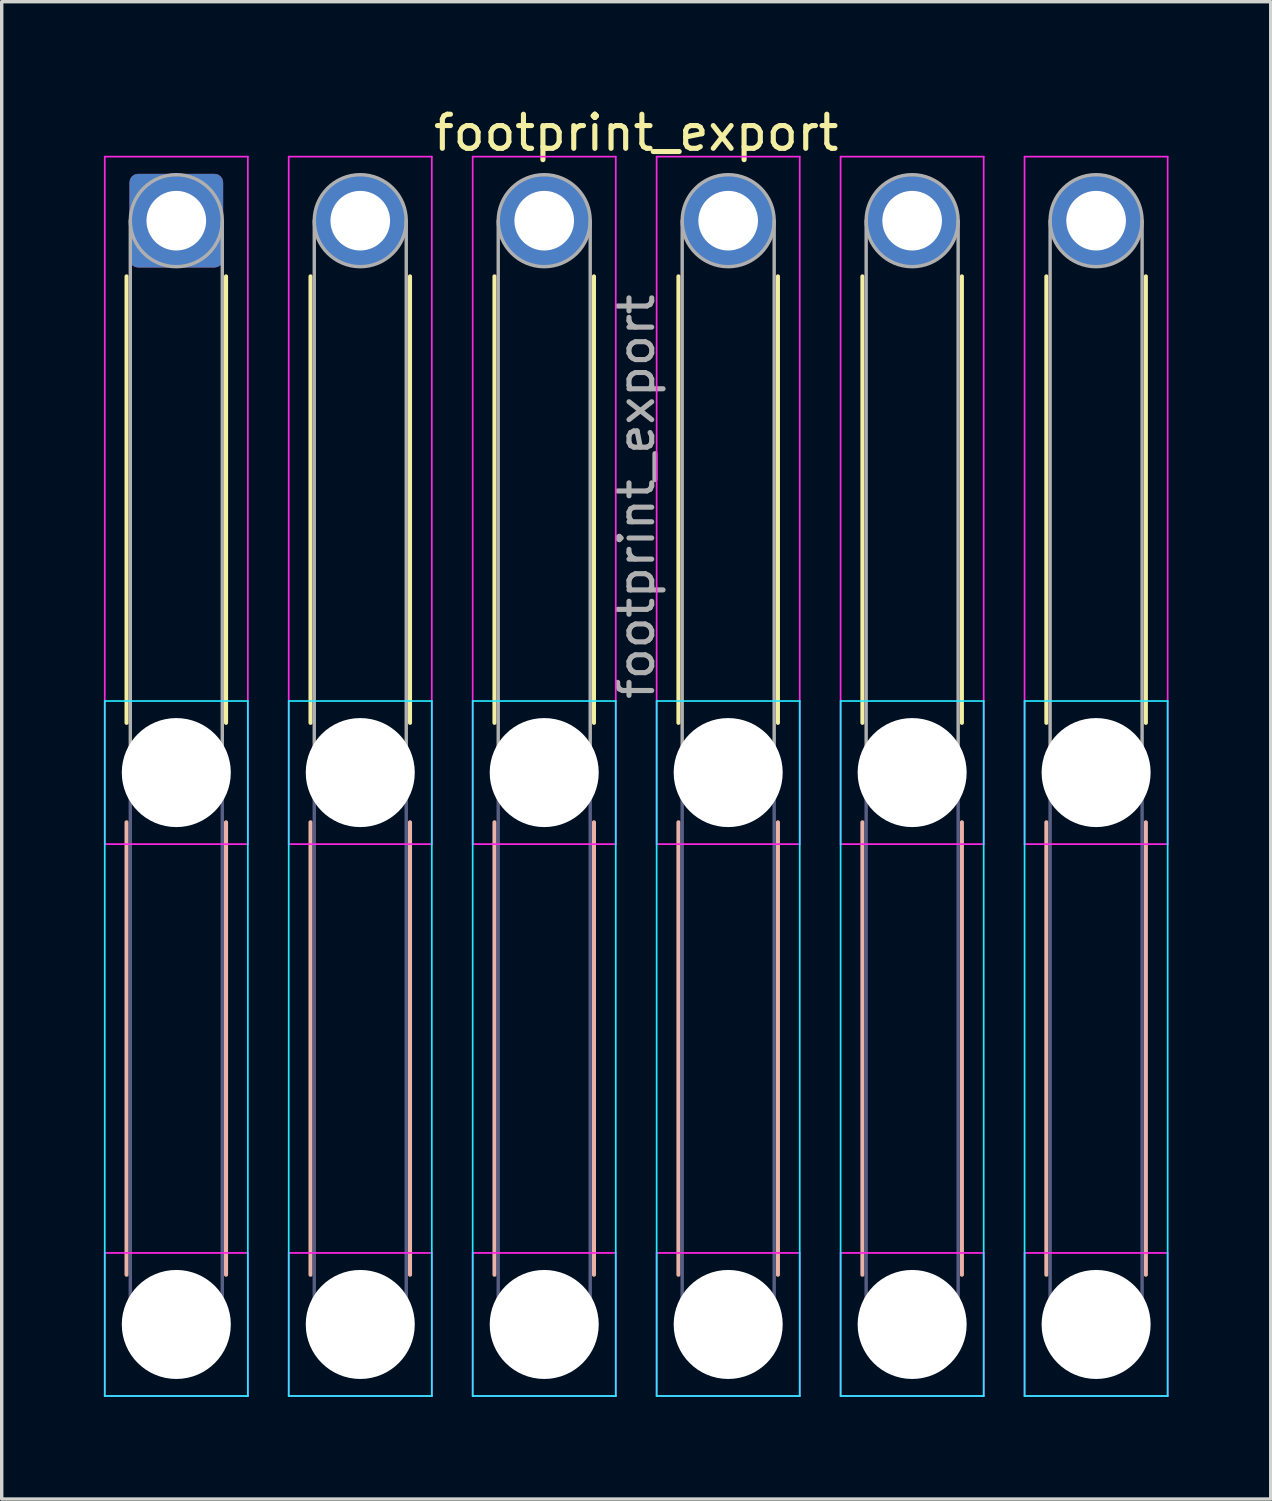
<source format=kicad_pcb>
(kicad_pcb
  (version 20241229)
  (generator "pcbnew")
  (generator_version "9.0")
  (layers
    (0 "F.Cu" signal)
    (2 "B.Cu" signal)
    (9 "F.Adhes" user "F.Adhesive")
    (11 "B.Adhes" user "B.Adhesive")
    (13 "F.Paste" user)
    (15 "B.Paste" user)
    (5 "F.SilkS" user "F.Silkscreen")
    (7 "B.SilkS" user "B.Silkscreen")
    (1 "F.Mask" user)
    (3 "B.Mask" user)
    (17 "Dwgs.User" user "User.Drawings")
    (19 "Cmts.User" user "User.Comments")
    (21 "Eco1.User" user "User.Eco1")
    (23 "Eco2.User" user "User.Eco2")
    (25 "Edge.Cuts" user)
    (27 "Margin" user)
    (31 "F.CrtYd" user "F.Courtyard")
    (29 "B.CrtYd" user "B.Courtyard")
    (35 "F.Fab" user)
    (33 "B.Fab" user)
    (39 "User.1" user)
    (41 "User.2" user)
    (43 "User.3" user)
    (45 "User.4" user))
  (footprint "footprint_export"
    (layer "F.Cu")
    (at 2.125 3.428)
    (property "Reference" "footprint_export" (at 13.5 -2.58 0) (layer "F.SilkS") (effects (font (size 1 1) (thickness 0.15))))
    (attr exclude_from_pos_files exclude_from_bom)
    (fp_line (start -1.46 1.635) (end -1.46 14.74) (stroke (width 0.12) (type solid)) (layer "F.SilkS"))
    (fp_line (start 1.46 1.635) (end 1.46 14.74) (stroke (width 0.12) (type solid)) (layer "F.SilkS"))
    (fp_line (start 3.94 1.635) (end 3.94 14.74) (stroke (width 0.12) (type solid)) (layer "F.SilkS"))
    (fp_line (start 6.86 1.635) (end 6.86 14.74) (stroke (width 0.12) (type solid)) (layer "F.SilkS"))
    (fp_line (start 9.34 1.635) (end 9.34 14.74) (stroke (width 0.12) (type solid)) (layer "F.SilkS"))
    (fp_line (start 12.26 1.635) (end 12.26 14.74) (stroke (width 0.12) (type solid)) (layer "F.SilkS"))
    (fp_line (start 14.74 1.635) (end 14.74 14.74) (stroke (width 0.12) (type solid)) (layer "F.SilkS"))
    (fp_line (start 17.66 1.635) (end 17.66 14.74) (stroke (width 0.12) (type solid)) (layer "F.SilkS"))
    (fp_line (start 20.14 1.635) (end 20.14 14.74) (stroke (width 0.12) (type solid)) (layer "F.SilkS"))
    (fp_line (start 23.06 1.635) (end 23.06 14.74) (stroke (width 0.12) (type solid)) (layer "F.SilkS"))
    (fp_line (start 25.54 1.635) (end 25.54 14.74) (stroke (width 0.12) (type solid)) (layer "F.SilkS"))
    (fp_line (start 28.46 1.635) (end 28.46 14.74) (stroke (width 0.12) (type solid)) (layer "F.SilkS"))
    (fp_line (start -1.46 17.66) (end -1.46 30.94) (stroke (width 0.12) (type solid)) (layer "B.SilkS"))
    (fp_line (start 1.46 17.66) (end 1.46 30.94) (stroke (width 0.12) (type solid)) (layer "B.SilkS"))
    (fp_line (start 3.94 17.66) (end 3.94 30.94) (stroke (width 0.12) (type solid)) (layer "B.SilkS"))
    (fp_line (start 6.86 17.66) (end 6.86 30.94) (stroke (width 0.12) (type solid)) (layer "B.SilkS"))
    (fp_line (start 9.34 17.66) (end 9.34 30.94) (stroke (width 0.12) (type solid)) (layer "B.SilkS"))
    (fp_line (start 12.26 17.66) (end 12.26 30.94) (stroke (width 0.12) (type solid)) (layer "B.SilkS"))
    (fp_line (start 14.74 17.66) (end 14.74 30.94) (stroke (width 0.12) (type solid)) (layer "B.SilkS"))
    (fp_line (start 17.66 17.66) (end 17.66 30.94) (stroke (width 0.12) (type solid)) (layer "B.SilkS"))
    (fp_line (start 20.14 17.66) (end 20.14 30.94) (stroke (width 0.12) (type solid)) (layer "B.SilkS"))
    (fp_line (start 23.06 17.66) (end 23.06 30.94) (stroke (width 0.12) (type solid)) (layer "B.SilkS"))
    (fp_line (start 25.54 17.66) (end 25.54 30.94) (stroke (width 0.12) (type solid)) (layer "B.SilkS"))
    (fp_line (start 28.46 17.66) (end 28.46 30.94) (stroke (width 0.12) (type solid)) (layer "B.SilkS"))
    (fp_line (start -2.1 14.1) (end -2.1 34.5) (stroke (width 0.05) (type solid)) (layer "B.CrtYd"))
    (fp_line (start -2.1 34.5) (end 2.1 34.5) (stroke (width 0.05) (type solid)) (layer "B.CrtYd"))
    (fp_line (start 2.1 14.1) (end -2.1 14.1) (stroke (width 0.05) (type solid)) (layer "B.CrtYd"))
    (fp_line (start 2.1 34.5) (end 2.1 14.1) (stroke (width 0.05) (type solid)) (layer "B.CrtYd"))
    (fp_line (start 3.3 14.1) (end 3.3 34.5) (stroke (width 0.05) (type solid)) (layer "B.CrtYd"))
    (fp_line (start 3.3 34.5) (end 7.5 34.5) (stroke (width 0.05) (type solid)) (layer "B.CrtYd"))
    (fp_line (start 7.5 14.1) (end 3.3 14.1) (stroke (width 0.05) (type solid)) (layer "B.CrtYd"))
    (fp_line (start 7.5 34.5) (end 7.5 14.1) (stroke (width 0.05) (type solid)) (layer "B.CrtYd"))
    (fp_line (start 8.7 14.1) (end 8.7 34.5) (stroke (width 0.05) (type solid)) (layer "B.CrtYd"))
    (fp_line (start 8.7 34.5) (end 12.9 34.5) (stroke (width 0.05) (type solid)) (layer "B.CrtYd"))
    (fp_line (start 12.9 14.1) (end 8.7 14.1) (stroke (width 0.05) (type solid)) (layer "B.CrtYd"))
    (fp_line (start 12.9 34.5) (end 12.9 14.1) (stroke (width 0.05) (type solid)) (layer "B.CrtYd"))
    (fp_line (start 14.1 14.1) (end 14.1 34.5) (stroke (width 0.05) (type solid)) (layer "B.CrtYd"))
    (fp_line (start 14.1 34.5) (end 18.3 34.5) (stroke (width 0.05) (type solid)) (layer "B.CrtYd"))
    (fp_line (start 18.3 14.1) (end 14.1 14.1) (stroke (width 0.05) (type solid)) (layer "B.CrtYd"))
    (fp_line (start 18.3 34.5) (end 18.3 14.1) (stroke (width 0.05) (type solid)) (layer "B.CrtYd"))
    (fp_line (start 19.5 14.1) (end 19.5 34.5) (stroke (width 0.05) (type solid)) (layer "B.CrtYd"))
    (fp_line (start 19.5 34.5) (end 23.7 34.5) (stroke (width 0.05) (type solid)) (layer "B.CrtYd"))
    (fp_line (start 23.7 14.1) (end 19.5 14.1) (stroke (width 0.05) (type solid)) (layer "B.CrtYd"))
    (fp_line (start 23.7 34.5) (end 23.7 14.1) (stroke (width 0.05) (type solid)) (layer "B.CrtYd"))
    (fp_line (start 24.9 14.1) (end 24.9 34.5) (stroke (width 0.05) (type solid)) (layer "B.CrtYd"))
    (fp_line (start 24.9 34.5) (end 29.1 34.5) (stroke (width 0.05) (type solid)) (layer "B.CrtYd"))
    (fp_line (start 29.1 14.1) (end 24.9 14.1) (stroke (width 0.05) (type solid)) (layer "B.CrtYd"))
    (fp_line (start 29.1 34.5) (end 29.1 14.1) (stroke (width 0.05) (type solid)) (layer "B.CrtYd"))
    (fp_line (start -2.1 -1.88) (end -2.1 18.3) (stroke (width 0.05) (type solid)) (layer "F.CrtYd"))
    (fp_line (start -2.1 18.3) (end 2.1 18.3) (stroke (width 0.05) (type solid)) (layer "F.CrtYd"))
    (fp_line (start -2.1 30.3) (end -2.1 34.5) (stroke (width 0.05) (type solid)) (layer "F.CrtYd"))
    (fp_line (start -2.1 34.5) (end 2.1 34.5) (stroke (width 0.05) (type solid)) (layer "F.CrtYd"))
    (fp_line (start 2.1 -1.88) (end -2.1 -1.88) (stroke (width 0.05) (type solid)) (layer "F.CrtYd"))
    (fp_line (start 2.1 18.3) (end 2.1 -1.88) (stroke (width 0.05) (type solid)) (layer "F.CrtYd"))
    (fp_line (start 2.1 30.3) (end -2.1 30.3) (stroke (width 0.05) (type solid)) (layer "F.CrtYd"))
    (fp_line (start 2.1 34.5) (end 2.1 30.3) (stroke (width 0.05) (type solid)) (layer "F.CrtYd"))
    (fp_line (start 3.3 -1.88) (end 3.3 18.3) (stroke (width 0.05) (type solid)) (layer "F.CrtYd"))
    (fp_line (start 3.3 18.3) (end 7.5 18.3) (stroke (width 0.05) (type solid)) (layer "F.CrtYd"))
    (fp_line (start 3.3 30.3) (end 3.3 34.5) (stroke (width 0.05) (type solid)) (layer "F.CrtYd"))
    (fp_line (start 3.3 34.5) (end 7.5 34.5) (stroke (width 0.05) (type solid)) (layer "F.CrtYd"))
    (fp_line (start 7.5 -1.88) (end 3.3 -1.88) (stroke (width 0.05) (type solid)) (layer "F.CrtYd"))
    (fp_line (start 7.5 18.3) (end 7.5 -1.88) (stroke (width 0.05) (type solid)) (layer "F.CrtYd"))
    (fp_line (start 7.5 30.3) (end 3.3 30.3) (stroke (width 0.05) (type solid)) (layer "F.CrtYd"))
    (fp_line (start 7.5 34.5) (end 7.5 30.3) (stroke (width 0.05) (type solid)) (layer "F.CrtYd"))
    (fp_line (start 8.7 -1.88) (end 8.7 18.3) (stroke (width 0.05) (type solid)) (layer "F.CrtYd"))
    (fp_line (start 8.7 18.3) (end 12.9 18.3) (stroke (width 0.05) (type solid)) (layer "F.CrtYd"))
    (fp_line (start 8.7 30.3) (end 8.7 34.5) (stroke (width 0.05) (type solid)) (layer "F.CrtYd"))
    (fp_line (start 8.7 34.5) (end 12.9 34.5) (stroke (width 0.05) (type solid)) (layer "F.CrtYd"))
    (fp_line (start 12.9 -1.88) (end 8.7 -1.88) (stroke (width 0.05) (type solid)) (layer "F.CrtYd"))
    (fp_line (start 12.9 18.3) (end 12.9 -1.88) (stroke (width 0.05) (type solid)) (layer "F.CrtYd"))
    (fp_line (start 12.9 30.3) (end 8.7 30.3) (stroke (width 0.05) (type solid)) (layer "F.CrtYd"))
    (fp_line (start 12.9 34.5) (end 12.9 30.3) (stroke (width 0.05) (type solid)) (layer "F.CrtYd"))
    (fp_line (start 14.1 -1.88) (end 14.1 18.3) (stroke (width 0.05) (type solid)) (layer "F.CrtYd"))
    (fp_line (start 14.1 18.3) (end 18.3 18.3) (stroke (width 0.05) (type solid)) (layer "F.CrtYd"))
    (fp_line (start 14.1 30.3) (end 14.1 34.5) (stroke (width 0.05) (type solid)) (layer "F.CrtYd"))
    (fp_line (start 14.1 34.5) (end 18.3 34.5) (stroke (width 0.05) (type solid)) (layer "F.CrtYd"))
    (fp_line (start 18.3 -1.88) (end 14.1 -1.88) (stroke (width 0.05) (type solid)) (layer "F.CrtYd"))
    (fp_line (start 18.3 18.3) (end 18.3 -1.88) (stroke (width 0.05) (type solid)) (layer "F.CrtYd"))
    (fp_line (start 18.3 30.3) (end 14.1 30.3) (stroke (width 0.05) (type solid)) (layer "F.CrtYd"))
    (fp_line (start 18.3 34.5) (end 18.3 30.3) (stroke (width 0.05) (type solid)) (layer "F.CrtYd"))
    (fp_line (start 19.5 -1.88) (end 19.5 18.3) (stroke (width 0.05) (type solid)) (layer "F.CrtYd"))
    (fp_line (start 19.5 18.3) (end 23.7 18.3) (stroke (width 0.05) (type solid)) (layer "F.CrtYd"))
    (fp_line (start 19.5 30.3) (end 19.5 34.5) (stroke (width 0.05) (type solid)) (layer "F.CrtYd"))
    (fp_line (start 19.5 34.5) (end 23.7 34.5) (stroke (width 0.05) (type solid)) (layer "F.CrtYd"))
    (fp_line (start 23.7 -1.88) (end 19.5 -1.88) (stroke (width 0.05) (type solid)) (layer "F.CrtYd"))
    (fp_line (start 23.7 18.3) (end 23.7 -1.88) (stroke (width 0.05) (type solid)) (layer "F.CrtYd"))
    (fp_line (start 23.7 30.3) (end 19.5 30.3) (stroke (width 0.05) (type solid)) (layer "F.CrtYd"))
    (fp_line (start 23.7 34.5) (end 23.7 30.3) (stroke (width 0.05) (type solid)) (layer "F.CrtYd"))
    (fp_line (start 24.9 -1.88) (end 24.9 18.3) (stroke (width 0.05) (type solid)) (layer "F.CrtYd"))
    (fp_line (start 24.9 18.3) (end 29.1 18.3) (stroke (width 0.05) (type solid)) (layer "F.CrtYd"))
    (fp_line (start 24.9 30.3) (end 24.9 34.5) (stroke (width 0.05) (type solid)) (layer "F.CrtYd"))
    (fp_line (start 24.9 34.5) (end 29.1 34.5) (stroke (width 0.05) (type solid)) (layer "F.CrtYd"))
    (fp_line (start 29.1 -1.88) (end 24.9 -1.88) (stroke (width 0.05) (type solid)) (layer "F.CrtYd"))
    (fp_line (start 29.1 18.3) (end 29.1 -1.88) (stroke (width 0.05) (type solid)) (layer "F.CrtYd"))
    (fp_line (start 29.1 30.3) (end 24.9 30.3) (stroke (width 0.05) (type solid)) (layer "F.CrtYd"))
    (fp_line (start 29.1 34.5) (end 29.1 30.3) (stroke (width 0.05) (type solid)) (layer "F.CrtYd"))
    (fp_line (start -1.35 16.2) (end -1.35 32.4) (stroke (width 0.1) (type solid)) (layer "B.Fab"))
    (fp_line (start 1.35 16.2) (end 1.35 32.4) (stroke (width 0.1) (type solid)) (layer "B.Fab"))
    (fp_line (start 4.05 16.2) (end 4.05 32.4) (stroke (width 0.1) (type solid)) (layer "B.Fab"))
    (fp_line (start 6.75 16.2) (end 6.75 32.4) (stroke (width 0.1) (type solid)) (layer "B.Fab"))
    (fp_line (start 9.45 16.2) (end 9.45 32.4) (stroke (width 0.1) (type solid)) (layer "B.Fab"))
    (fp_line (start 12.15 16.2) (end 12.15 32.4) (stroke (width 0.1) (type solid)) (layer "B.Fab"))
    (fp_line (start 14.85 16.2) (end 14.85 32.4) (stroke (width 0.1) (type solid)) (layer "B.Fab"))
    (fp_line (start 17.55 16.2) (end 17.55 32.4) (stroke (width 0.1) (type solid)) (layer "B.Fab"))
    (fp_line (start 20.25 16.2) (end 20.25 32.4) (stroke (width 0.1) (type solid)) (layer "B.Fab"))
    (fp_line (start 22.95 16.2) (end 22.95 32.4) (stroke (width 0.1) (type solid)) (layer "B.Fab"))
    (fp_line (start 25.65 16.2) (end 25.65 32.4) (stroke (width 0.1) (type solid)) (layer "B.Fab"))
    (fp_line (start 28.35 16.2) (end 28.35 32.4) (stroke (width 0.1) (type solid)) (layer "B.Fab"))
    (fp_circle (center 0 16.2) (end 1.35 16.2) (stroke (width 0.1) (type solid)) (fill no) (layer "B.Fab"))
    (fp_circle (center 0 32.4) (end 1.35 32.4) (stroke (width 0.1) (type solid)) (fill no) (layer "B.Fab"))
    (fp_circle (center 5.4 16.2) (end 6.75 16.2) (stroke (width 0.1) (type solid)) (fill no) (layer "B.Fab"))
    (fp_circle (center 5.4 32.4) (end 6.75 32.4) (stroke (width 0.1) (type solid)) (fill no) (layer "B.Fab"))
    (fp_circle (center 10.8 16.2) (end 12.15 16.2) (stroke (width 0.1) (type solid)) (fill no) (layer "B.Fab"))
    (fp_circle (center 10.8 32.4) (end 12.15 32.4) (stroke (width 0.1) (type solid)) (fill no) (layer "B.Fab"))
    (fp_circle (center 16.2 16.2) (end 17.55 16.2) (stroke (width 0.1) (type solid)) (fill no) (layer "B.Fab"))
    (fp_circle (center 16.2 32.4) (end 17.55 32.4) (stroke (width 0.1) (type solid)) (fill no) (layer "B.Fab"))
    (fp_circle (center 21.6 16.2) (end 22.95 16.2) (stroke (width 0.1) (type solid)) (fill no) (layer "B.Fab"))
    (fp_circle (center 21.6 32.4) (end 22.95 32.4) (stroke (width 0.1) (type solid)) (fill no) (layer "B.Fab"))
    (fp_circle (center 27 16.2) (end 28.35 16.2) (stroke (width 0.1) (type solid)) (fill no) (layer "B.Fab"))
    (fp_circle (center 27 32.4) (end 28.35 32.4) (stroke (width 0.1) (type solid)) (fill no) (layer "B.Fab"))
    (fp_line (start -1.35 0) (end -1.35 16.2) (stroke (width 0.1) (type solid)) (layer "F.Fab"))
    (fp_line (start 1.35 0) (end 1.35 16.2) (stroke (width 0.1) (type solid)) (layer "F.Fab"))
    (fp_line (start 4.05 0) (end 4.05 16.2) (stroke (width 0.1) (type solid)) (layer "F.Fab"))
    (fp_line (start 6.75 0) (end 6.75 16.2) (stroke (width 0.1) (type solid)) (layer "F.Fab"))
    (fp_line (start 9.45 0) (end 9.45 16.2) (stroke (width 0.1) (type solid)) (layer "F.Fab"))
    (fp_line (start 12.15 0) (end 12.15 16.2) (stroke (width 0.1) (type solid)) (layer "F.Fab"))
    (fp_line (start 14.85 0) (end 14.85 16.2) (stroke (width 0.1) (type solid)) (layer "F.Fab"))
    (fp_line (start 17.55 0) (end 17.55 16.2) (stroke (width 0.1) (type solid)) (layer "F.Fab"))
    (fp_line (start 20.25 0) (end 20.25 16.2) (stroke (width 0.1) (type solid)) (layer "F.Fab"))
    (fp_line (start 22.95 0) (end 22.95 16.2) (stroke (width 0.1) (type solid)) (layer "F.Fab"))
    (fp_line (start 25.65 0) (end 25.65 16.2) (stroke (width 0.1) (type solid)) (layer "F.Fab"))
    (fp_line (start 28.35 0) (end 28.35 16.2) (stroke (width 0.1) (type solid)) (layer "F.Fab"))
    (fp_circle (center 0 0) (end 1.35 0) (stroke (width 0.1) (type solid)) (fill no) (layer "F.Fab"))
    (fp_circle (center 0 16.2) (end 1.35 16.2) (stroke (width 0.1) (type solid)) (fill no) (layer "F.Fab"))
    (fp_circle (center 0 32.4) (end 1.35 32.4) (stroke (width 0.1) (type solid)) (fill no) (layer "F.Fab"))
    (fp_circle (center 5.4 0) (end 6.75 0) (stroke (width 0.1) (type solid)) (fill no) (layer "F.Fab"))
    (fp_circle (center 5.4 16.2) (end 6.75 16.2) (stroke (width 0.1) (type solid)) (fill no) (layer "F.Fab"))
    (fp_circle (center 5.4 32.4) (end 6.75 32.4) (stroke (width 0.1) (type solid)) (fill no) (layer "F.Fab"))
    (fp_circle (center 10.8 0) (end 12.15 0) (stroke (width 0.1) (type solid)) (fill no) (layer "F.Fab"))
    (fp_circle (center 10.8 16.2) (end 12.15 16.2) (stroke (width 0.1) (type solid)) (fill no) (layer "F.Fab"))
    (fp_circle (center 10.8 32.4) (end 12.15 32.4) (stroke (width 0.1) (type solid)) (fill no) (layer "F.Fab"))
    (fp_circle (center 16.2 0) (end 17.55 0) (stroke (width 0.1) (type solid)) (fill no) (layer "F.Fab"))
    (fp_circle (center 16.2 16.2) (end 17.55 16.2) (stroke (width 0.1) (type solid)) (fill no) (layer "F.Fab"))
    (fp_circle (center 16.2 32.4) (end 17.55 32.4) (stroke (width 0.1) (type solid)) (fill no) (layer "F.Fab"))
    (fp_circle (center 21.6 0) (end 22.95 0) (stroke (width 0.1) (type solid)) (fill no) (layer "F.Fab"))
    (fp_circle (center 21.6 16.2) (end 22.95 16.2) (stroke (width 0.1) (type solid)) (fill no) (layer "F.Fab"))
    (fp_circle (center 21.6 32.4) (end 22.95 32.4) (stroke (width 0.1) (type solid)) (fill no) (layer "F.Fab"))
    (fp_circle (center 27 0) (end 28.35 0) (stroke (width 0.1) (type solid)) (fill no) (layer "F.Fab"))
    (fp_circle (center 27 16.2) (end 28.35 16.2) (stroke (width 0.1) (type solid)) (fill no) (layer "F.Fab"))
    (fp_circle (center 27 32.4) (end 28.35 32.4) (stroke (width 0.1) (type solid)) (fill no) (layer "F.Fab"))
    (fp_text user "${REFERENCE}" (at 13.5 8.1 90) (layer "F.Fab") (effects (font (size 1 1) (thickness 0.15))))
    (pad "" np_thru_hole circle (at 0 16.2) (size 3.2 3.2) (drill 3.2) (layers "*.Cu" "*.Mask"))
    (pad "" np_thru_hole circle (at 0 32.4) (size 3.2 3.2) (drill 3.2) (layers "*.Cu" "*.Mask"))
    (pad "" np_thru_hole circle (at 5.4 16.2) (size 3.2 3.2) (drill 3.2) (layers "*.Cu" "*.Mask"))
    (pad "" np_thru_hole circle (at 5.4 32.4) (size 3.2 3.2) (drill 3.2) (layers "*.Cu" "*.Mask"))
    (pad "" np_thru_hole circle (at 10.8 16.2) (size 3.2 3.2) (drill 3.2) (layers "*.Cu" "*.Mask"))
    (pad "" np_thru_hole circle (at 10.8 32.4) (size 3.2 3.2) (drill 3.2) (layers "*.Cu" "*.Mask"))
    (pad "" np_thru_hole circle (at 16.2 16.2) (size 3.2 3.2) (drill 3.2) (layers "*.Cu" "*.Mask"))
    (pad "" np_thru_hole circle (at 16.2 32.4) (size 3.2 3.2) (drill 3.2) (layers "*.Cu" "*.Mask"))
    (pad "" np_thru_hole circle (at 21.6 16.2) (size 3.2 3.2) (drill 3.2) (layers "*.Cu" "*.Mask"))
    (pad "" np_thru_hole circle (at 21.6 32.4) (size 3.2 3.2) (drill 3.2) (layers "*.Cu" "*.Mask"))
    (pad "" np_thru_hole circle (at 27 16.2) (size 3.2 3.2) (drill 3.2) (layers "*.Cu" "*.Mask"))
    (pad "" np_thru_hole circle (at 27 32.4) (size 3.2 3.2) (drill 3.2) (layers "*.Cu" "*.Mask"))
    (pad "1" thru_hole roundrect (at 0 0) (size 2.75 2.75) (drill 1.75) (layers "*.Cu" "*.Mask") (roundrect_rratio 0.091))
    (pad "2" thru_hole circle (at 5.4 0) (size 2.75 2.75) (drill 1.75) (layers "*.Cu" "*.Mask"))
    (pad "3" thru_hole circle (at 10.8 0) (size 2.75 2.75) (drill 1.75) (layers "*.Cu" "*.Mask"))
    (pad "4" thru_hole circle (at 16.2 0) (size 2.75 2.75) (drill 1.75) (layers "*.Cu" "*.Mask"))
    (pad "5" thru_hole circle (at 21.6 0) (size 2.75 2.75) (drill 1.75) (layers "*.Cu" "*.Mask"))
    (pad "6" thru_hole circle (at 27 0) (size 2.75 2.75) (drill 1.75) (layers "*.Cu" "*.Mask")))
  (gr_rect
    (start -3 -3)
    (end 34.25 40.953)
    (stroke (width 0.1) (type default))
    (fill no)
    (layer "Edge.Cuts")))
</source>
